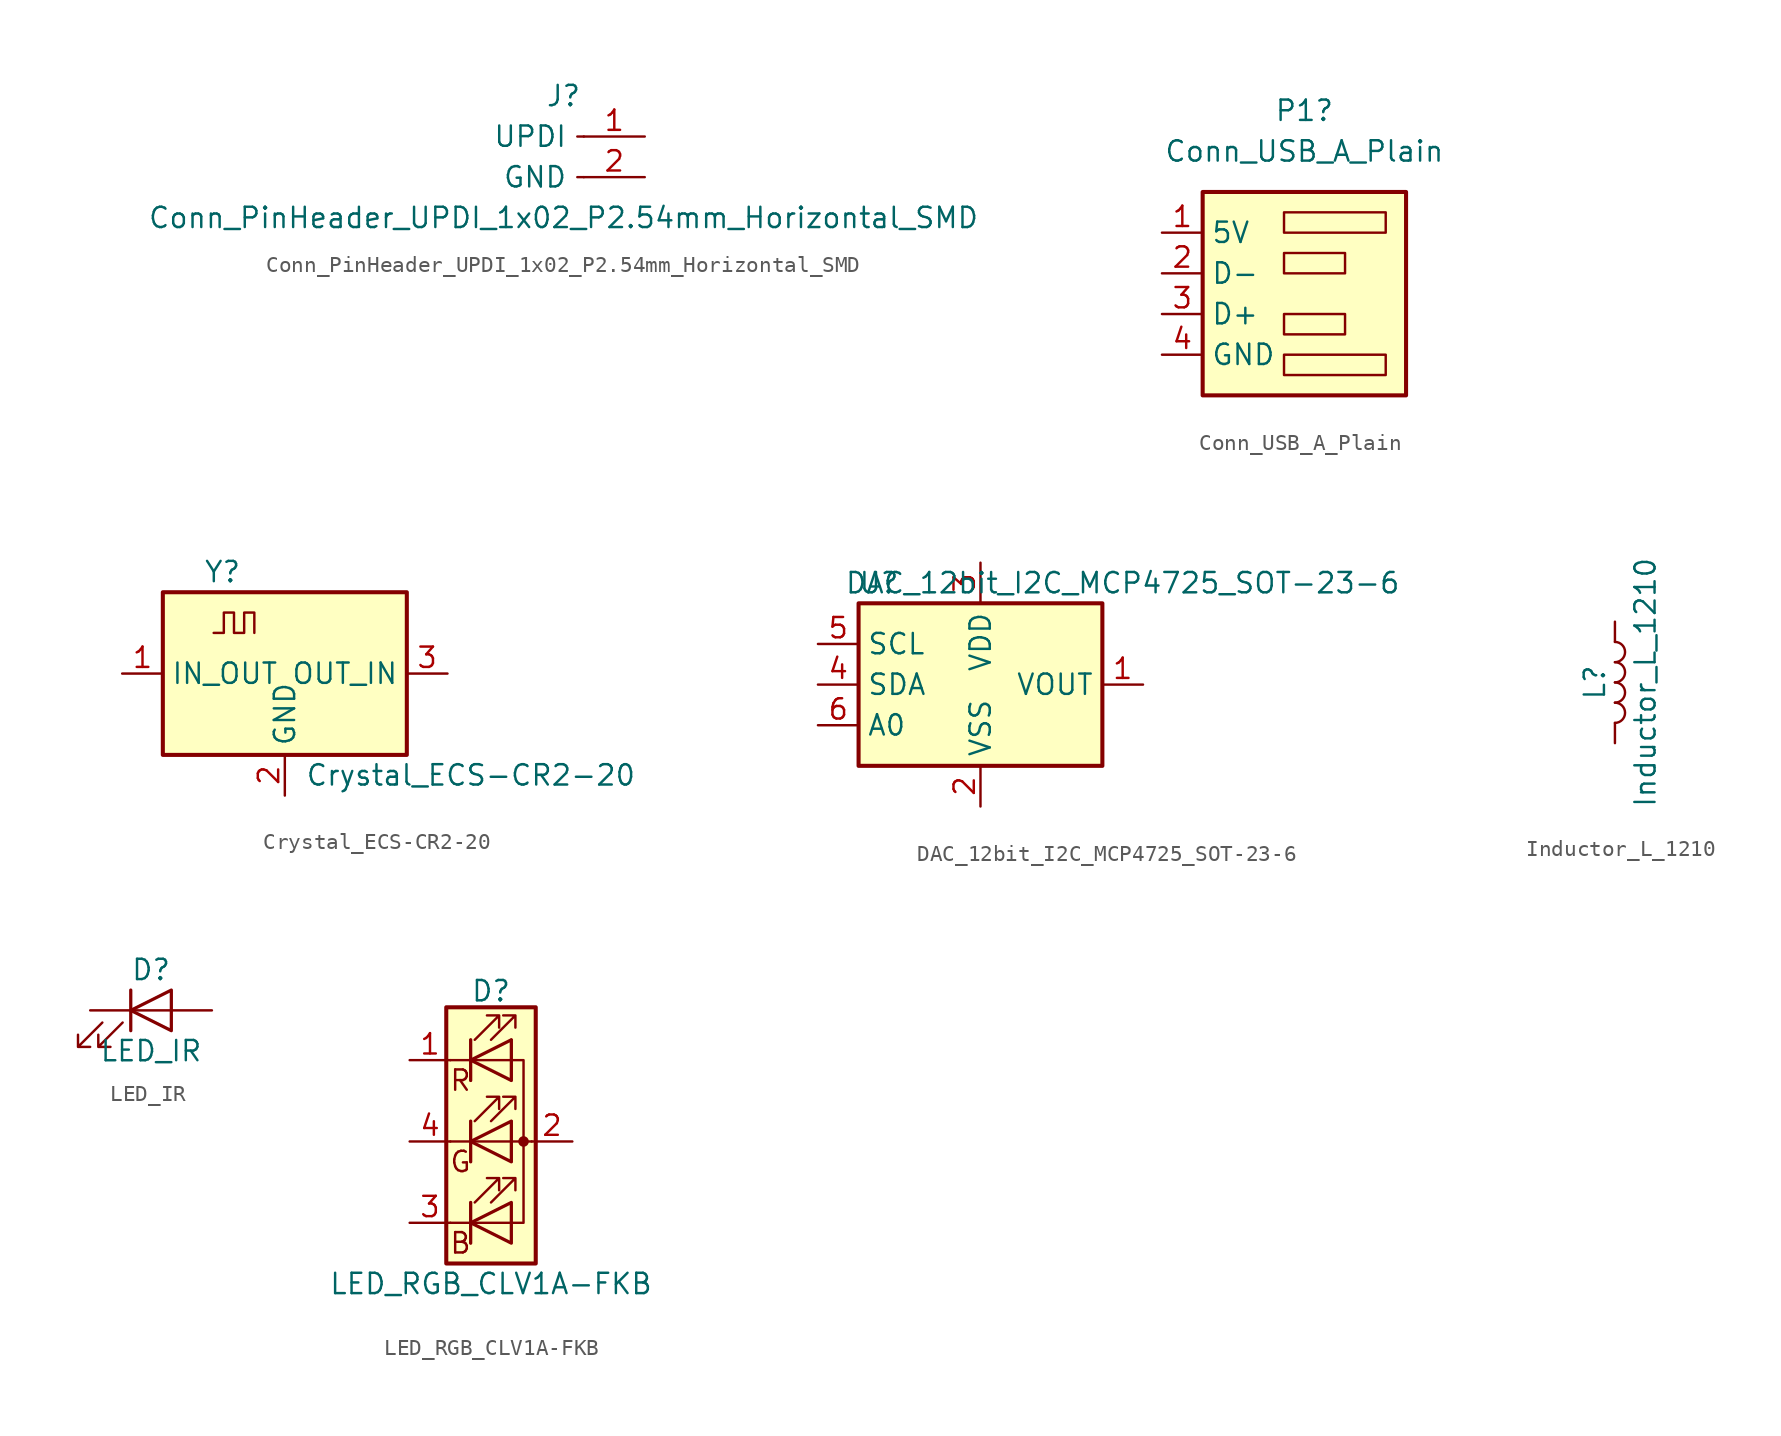
<source format=kicad_sym>
(kicad_symbol_lib
  (version 20211014)
  (generator kicad_symbol_editor)
  (symbol "Conn_PinHeader_UPDI_1x02_P2.54mm_Horizontal_SMD"
    (pin_names
      (offset 1.016))
    (property "Reference" "J"
      (at 0 2.54 0)
      (effects (font (size 1.27 1.27))))
    (property "Value" "Conn_PinHeader_UPDI_1x02_P2.54mm_Horizontal_SMD"
      (at 0 -5.08 0)
      (effects (font (size 1.27 1.27))))
    (symbol "Conn_PinHeader_UPDI_1x02_P2.54mm_Horizontal_SMD_1_1"
      (polyline (pts (xy 1.27 -2.54) (xy 0.864 -2.54)) (stroke (width 0.152) (type default) (color 0 0 0 0)) (fill (type none)))
      (polyline (pts (xy 1.27 0) (xy 0.864 0)) (stroke (width 0.152) (type default) (color 0 0 0 0)) (fill (type none)))
      (pin passive line (at 5.08 0 180) (length 3.81) (name "UPDI" (effects (font (size 1.27 1.27)))) (number "1" (effects (font (size 1.27 1.27)))))
      (pin passive line (at 5.08 -2.54 180) (length 3.81) (name "GND" (effects (font (size 1.27 1.27)))) (number "2" (effects (font (size 1.27 1.27)))))))
  (symbol "Conn_USB_A_Plain"
    (property "Reference" "P1"
      (at 0 11.43 0)
      (effects (font (size 1.27 1.27))))
    (property "Value" "Conn_USB_A_Plain"
      (at 0 8.89 0)
      (effects (font (size 1.27 1.27))))
    (symbol "Conn_USB_A_Plain_0_1"
      (rectangle (start -6.35 6.35) (end 6.35 -6.35) (stroke (width 0.254) (type default) (color 0 0 0 0)) (fill (type background)))
      (rectangle (start -1.27 -3.81) (end 5.08 -5.08) (stroke (width 0) (type default) (color 0 0 0 0)) (fill (type none)))
      (rectangle (start -1.27 -1.27) (end 2.54 -2.54) (stroke (width 0) (type default) (color 0 0 0 0)) (fill (type none)))
      (rectangle (start -1.27 2.54) (end 2.54 1.27) (stroke (width 0) (type default) (color 0 0 0 0)) (fill (type none)))
      (rectangle (start -1.27 5.08) (end 5.08 3.81) (stroke (width 0) (type default) (color 0 0 0 0)) (fill (type none))))
    (symbol "Conn_USB_A_Plain_1_1"
      (pin power_out line (at -8.89 3.81 0) (length 2.54) (name "5V" (effects (font (size 1.27 1.27)))) (number "1" (effects (font (size 1.27 1.27)))))
      (pin bidirectional line (at -8.89 1.27 0) (length 2.54) (name "D-" (effects (font (size 1.27 1.27)))) (number "2" (effects (font (size 1.27 1.27)))))
      (pin bidirectional line (at -8.89 -1.27 0) (length 2.54) (name "D+" (effects (font (size 1.27 1.27)))) (number "3" (effects (font (size 1.27 1.27)))))
      (pin power_out line (at -8.89 -3.81 0) (length 2.54) (name "GND" (effects (font (size 1.27 1.27)))) (number "4" (effects (font (size 1.27 1.27)))))))
  (symbol "Crystal_ECS-CR2-20"
    (property "Reference" "Y"
      (at -5.08 6.35 0)
      (effects (font (size 1.27 1.27)) (justify left)))
    (property "Value" "Crystal_ECS-CR2-20"
      (at 1.27 -6.35 0)
      (effects (font (size 1.27 1.27)) (justify left)))
    (symbol "Crystal_ECS-CR2-20_0_1"
      (rectangle (start -7.62 5.08) (end 7.62 -5.08) (stroke (width 0.254) (type default) (color 0 0 0 0)) (fill (type background)))
      (polyline (pts (xy -4.445 2.54) (xy -3.81 2.54) (xy -3.81 3.81) (xy -3.175 3.81) (xy -3.175 2.54) (xy -2.54 2.54) (xy -2.54 3.81) (xy -1.905 3.81) (xy -1.905 2.54)) (stroke (width 0) (type default) (color 0 0 0 0)) (fill (type none))))
    (symbol "Crystal_ECS-CR2-20_1_1"
      (pin input line (at -10.16 0 0) (length 2.54) (name "IN_OUT" (effects (font (size 1.27 1.27)))) (number "1" (effects (font (size 1.27 1.27)))))
      (pin power_in line (at 0 -7.62 90) (length 2.54) (name "GND" (effects (font (size 1.27 1.27)))) (number "2" (effects (font (size 1.27 1.27)))))
      (pin output line (at 10.16 0 180) (length 2.54) (name "OUT_IN" (effects (font (size 1.27 1.27)))) (number "3" (effects (font (size 1.27 1.27)))))))
  (symbol "DAC_12bit_I2C_MCP4725_SOT-23-6"
    (property "Reference" "U"
      (at -6.35 6.35 0)
      (effects (font (size 1.27 1.27))))
    (property "Value" "DAC_12bit_I2C_MCP4725_SOT-23-6"
      (at 8.89 6.35 0)
      (effects (font (size 1.27 1.27))))
    (symbol "DAC_12bit_I2C_MCP4725_SOT-23-6_0_1"
      (rectangle (start -7.62 5.08) (end 7.62 -5.08) (stroke (width 0.254) (type default) (color 0 0 0 0)) (fill (type background))))
    (symbol "DAC_12bit_I2C_MCP4725_SOT-23-6_1_1"
      (pin output line (at 10.16 0 180) (length 2.54) (name "VOUT" (effects (font (size 1.27 1.27)))) (number "1" (effects (font (size 1.27 1.27)))))
      (pin power_in line (at 0 -7.62 90) (length 2.54) (name "VSS" (effects (font (size 1.27 1.27)))) (number "2" (effects (font (size 1.27 1.27)))))
      (pin power_in line (at 0 7.62 270) (length 2.54) (name "VDD" (effects (font (size 1.27 1.27)))) (number "3" (effects (font (size 1.27 1.27)))))
      (pin bidirectional line (at -10.16 0 0) (length 2.54) (name "SDA" (effects (font (size 1.27 1.27)))) (number "4" (effects (font (size 1.27 1.27)))))
      (pin input line (at -10.16 2.54 0) (length 2.54) (name "SCL" (effects (font (size 1.27 1.27)))) (number "5" (effects (font (size 1.27 1.27)))))
      (pin input line (at -10.16 -2.54 0) (length 2.54) (name "A0" (effects (font (size 1.27 1.27)))) (number "6" (effects (font (size 1.27 1.27)))))))
  (symbol "Inductor_L_1210"
    (pin_numbers hide)
    (pin_names
      (offset 1.016) hide)
    (property "Reference" "L"
      (at -1.27 0 90)
      (effects (font (size 1.27 1.27))))
    (property "Value" "Inductor_L_1210"
      (at 1.905 0 90)
      (effects (font (size 1.27 1.27))))
    (symbol "Inductor_L_1210_0_1"
      (arc (start 0 -2.54) (mid 0.635 -1.905) (end 0 -1.27) (stroke (width 0) (type default) (color 0 0 0 0)) (fill (type none)))
      (arc (start 0 -1.27) (mid 0.635 -0.635) (end 0 0) (stroke (width 0) (type default) (color 0 0 0 0)) (fill (type none)))
      (arc (start 0 0) (mid 0.635 0.635) (end 0 1.27) (stroke (width 0) (type default) (color 0 0 0 0)) (fill (type none)))
      (arc (start 0 1.27) (mid 0.635 1.905) (end 0 2.54) (stroke (width 0) (type default) (color 0 0 0 0)) (fill (type none))))
    (symbol "Inductor_L_1210_1_1"
      (pin passive line (at 0 3.81 270) (length 1.27) (name "1" (effects (font (size 1.27 1.27)))) (number "1" (effects (font (size 1.27 1.27)))))
      (pin passive line (at 0 -3.81 90) (length 1.27) (name "2" (effects (font (size 1.27 1.27)))) (number "2" (effects (font (size 1.27 1.27)))))))
  (symbol "LED_IR"
    (pin_numbers hide)
    (pin_names
      (offset 1.016) hide)
    (property "Reference" "D"
      (at 0 2.54 0)
      (effects (font (size 1.27 1.27))))
    (property "Value" "LED_IR"
      (at 0 -2.54 0)
      (effects (font (size 1.27 1.27))))
    (symbol "LED_IR_0_1"
      (polyline (pts (xy -1.27 -1.27) (xy -1.27 1.27)) (stroke (width 0.203) (type default) (color 0 0 0 0)) (fill (type none)))
      (polyline (pts (xy -1.27 0) (xy 1.27 0)) (stroke (width 0) (type default) (color 0 0 0 0)) (fill (type none)))
      (polyline (pts (xy 1.27 -1.27) (xy 1.27 1.27) (xy -1.27 0) (xy 1.27 -1.27)) (stroke (width 0.203) (type default) (color 0 0 0 0)) (fill (type none)))
      (polyline (pts (xy -3.048 -0.762) (xy -4.572 -2.286) (xy -3.81 -2.286) (xy -4.572 -2.286) (xy -4.572 -1.524)) (stroke (width 0) (type default) (color 0 0 0 0)) (fill (type none)))
      (polyline (pts (xy -1.778 -0.762) (xy -3.302 -2.286) (xy -2.54 -2.286) (xy -3.302 -2.286) (xy -3.302 -1.524)) (stroke (width 0) (type default) (color 0 0 0 0)) (fill (type none))))
    (symbol "LED_IR_1_1"
      (pin passive line (at -3.81 0 0) (length 2.54) (name "K" (effects (font (size 1.27 1.27)))) (number "1" (effects (font (size 1.27 1.27)))))
      (pin passive line (at 3.81 0 180) (length 2.54) (name "A" (effects (font (size 1.27 1.27)))) (number "2" (effects (font (size 1.27 1.27)))))))
  (symbol "LED_RGB_CLV1A-FKB"
    (pin_names
      (offset 0) hide)
    (property "Reference" "D"
      (at 0 9.398 0)
      (effects (font (size 1.27 1.27))))
    (property "Value" "LED_RGB_CLV1A-FKB"
      (at 0 -8.89 0)
      (effects (font (size 1.27 1.27))))
    (symbol "LED_RGB_CLV1A-FKB_0_0"
      (text "B" (at -1.905 -6.35 0) (effects (font (size 1.27 1.27))))
      (text "G" (at -1.905 -1.27 0) (effects (font (size 1.27 1.27))))
      (text "R" (at -1.905 3.81 0) (effects (font (size 1.27 1.27)))))
    (symbol "LED_RGB_CLV1A-FKB_0_1"
      (polyline (pts (xy -1.27 -5.08) (xy -2.54 -5.08)) (stroke (width 0) (type default) (color 0 0 0 0)) (fill (type none)))
      (polyline (pts (xy -1.27 -5.08) (xy 1.27 -5.08)) (stroke (width 0) (type default) (color 0 0 0 0)) (fill (type none)))
      (polyline (pts (xy -1.27 -3.81) (xy -1.27 -6.35)) (stroke (width 0) (type default) (color 0 0 0 0)) (fill (type none)))
      (polyline (pts (xy -1.27 -3.81) (xy -1.27 -6.35)) (stroke (width 0.203) (type default) (color 0 0 0 0)) (fill (type none)))
      (polyline (pts (xy -1.27 0) (xy -2.54 0)) (stroke (width 0) (type default) (color 0 0 0 0)) (fill (type none)))
      (polyline (pts (xy -1.27 0) (xy 1.27 0)) (stroke (width 0) (type default) (color 0 0 0 0)) (fill (type none)))
      (polyline (pts (xy -1.27 1.27) (xy -1.27 -1.27)) (stroke (width 0.203) (type default) (color 0 0 0 0)) (fill (type none)))
      (polyline (pts (xy -1.27 5.08) (xy -2.54 5.08)) (stroke (width 0) (type default) (color 0 0 0 0)) (fill (type none)))
      (polyline (pts (xy -1.27 6.35) (xy -1.27 3.81)) (stroke (width 0.203) (type default) (color 0 0 0 0)) (fill (type none)))
      (polyline (pts (xy 1.27 0) (xy 2.54 0)) (stroke (width 0) (type default) (color 0 0 0 0)) (fill (type none)))
      (polyline (pts (xy 1.27 5.08) (xy -1.27 5.08)) (stroke (width 0) (type default) (color 0 0 0 0)) (fill (type none)))
      (polyline (pts (xy -1.27 1.27) (xy -1.27 -1.27) (xy -1.27 -1.27)) (stroke (width 0) (type default) (color 0 0 0 0)) (fill (type none)))
      (polyline (pts (xy -1.27 6.35) (xy -1.27 3.81) (xy -1.27 3.81)) (stroke (width 0) (type default) (color 0 0 0 0)) (fill (type none)))
      (polyline (pts (xy 1.27 -5.08) (xy 2.032 -5.08) (xy 2.032 5.08) (xy 1.27 5.08)) (stroke (width 0) (type default) (color 0 0 0 0)) (fill (type none)))
      (polyline (pts (xy 1.27 -3.81) (xy 1.27 -6.35) (xy -1.27 -5.08) (xy 1.27 -3.81)) (stroke (width 0.203) (type default) (color 0 0 0 0)) (fill (type none)))
      (polyline (pts (xy 1.27 1.27) (xy 1.27 -1.27) (xy -1.27 0) (xy 1.27 1.27)) (stroke (width 0.203) (type default) (color 0 0 0 0)) (fill (type none)))
      (polyline (pts (xy 1.27 6.35) (xy 1.27 3.81) (xy -1.27 5.08) (xy 1.27 6.35)) (stroke (width 0.203) (type default) (color 0 0 0 0)) (fill (type none)))
      (polyline (pts (xy -1.016 -3.81) (xy 0.508 -2.286) (xy -0.254 -2.286) (xy 0.508 -2.286) (xy 0.508 -3.048)) (stroke (width 0) (type default) (color 0 0 0 0)) (fill (type none)))
      (polyline (pts (xy -1.016 1.27) (xy 0.508 2.794) (xy -0.254 2.794) (xy 0.508 2.794) (xy 0.508 2.032)) (stroke (width 0) (type default) (color 0 0 0 0)) (fill (type none)))
      (polyline (pts (xy -1.016 6.35) (xy 0.508 7.874) (xy -0.254 7.874) (xy 0.508 7.874) (xy 0.508 7.112)) (stroke (width 0) (type default) (color 0 0 0 0)) (fill (type none)))
      (polyline (pts (xy 0 -3.81) (xy 1.524 -2.286) (xy 0.762 -2.286) (xy 1.524 -2.286) (xy 1.524 -3.048)) (stroke (width 0) (type default) (color 0 0 0 0)) (fill (type none)))
      (polyline (pts (xy 0 1.27) (xy 1.524 2.794) (xy 0.762 2.794) (xy 1.524 2.794) (xy 1.524 2.032)) (stroke (width 0) (type default) (color 0 0 0 0)) (fill (type none)))
      (polyline (pts (xy 0 6.35) (xy 1.524 7.874) (xy 0.762 7.874) (xy 1.524 7.874) (xy 1.524 7.112)) (stroke (width 0) (type default) (color 0 0 0 0)) (fill (type none)))
      (rectangle (start 1.27 -1.27) (end 1.27 1.27) (stroke (width 0) (type default) (color 0 0 0 0)) (fill (type none)))
      (rectangle (start 1.27 1.27) (end 1.27 1.27) (stroke (width 0) (type default) (color 0 0 0 0)) (fill (type none)))
      (rectangle (start 1.27 3.81) (end 1.27 6.35) (stroke (width 0) (type default) (color 0 0 0 0)) (fill (type none)))
      (rectangle (start 1.27 6.35) (end 1.27 6.35) (stroke (width 0) (type default) (color 0 0 0 0)) (fill (type none)))
      (circle (center 2.032 0) (radius 0.254) (stroke (width 0) (type default) (color 0 0 0 0)) (fill (type outline)))
      (rectangle (start 2.794 8.382) (end -2.794 -7.62) (stroke (width 0.254) (type default) (color 0 0 0 0)) (fill (type background))))
    (symbol "LED_RGB_CLV1A-FKB_1_1"
      (pin passive line (at -5.08 5.08 0) (length 2.54) (name "RK" (effects (font (size 1.27 1.27)))) (number "1" (effects (font (size 1.27 1.27)))))
      (pin passive line (at 5.08 0 180) (length 2.54) (name "A" (effects (font (size 1.27 1.27)))) (number "2" (effects (font (size 1.27 1.27)))))
      (pin passive line (at -5.08 -5.08 0) (length 2.54) (name "BK" (effects (font (size 1.27 1.27)))) (number "3" (effects (font (size 1.27 1.27)))))
      (pin passive line (at -5.08 0 0) (length 2.54) (name "GK" (effects (font (size 1.27 1.27)))) (number "4" (effects (font (size 1.27 1.27))))))))
</source>
